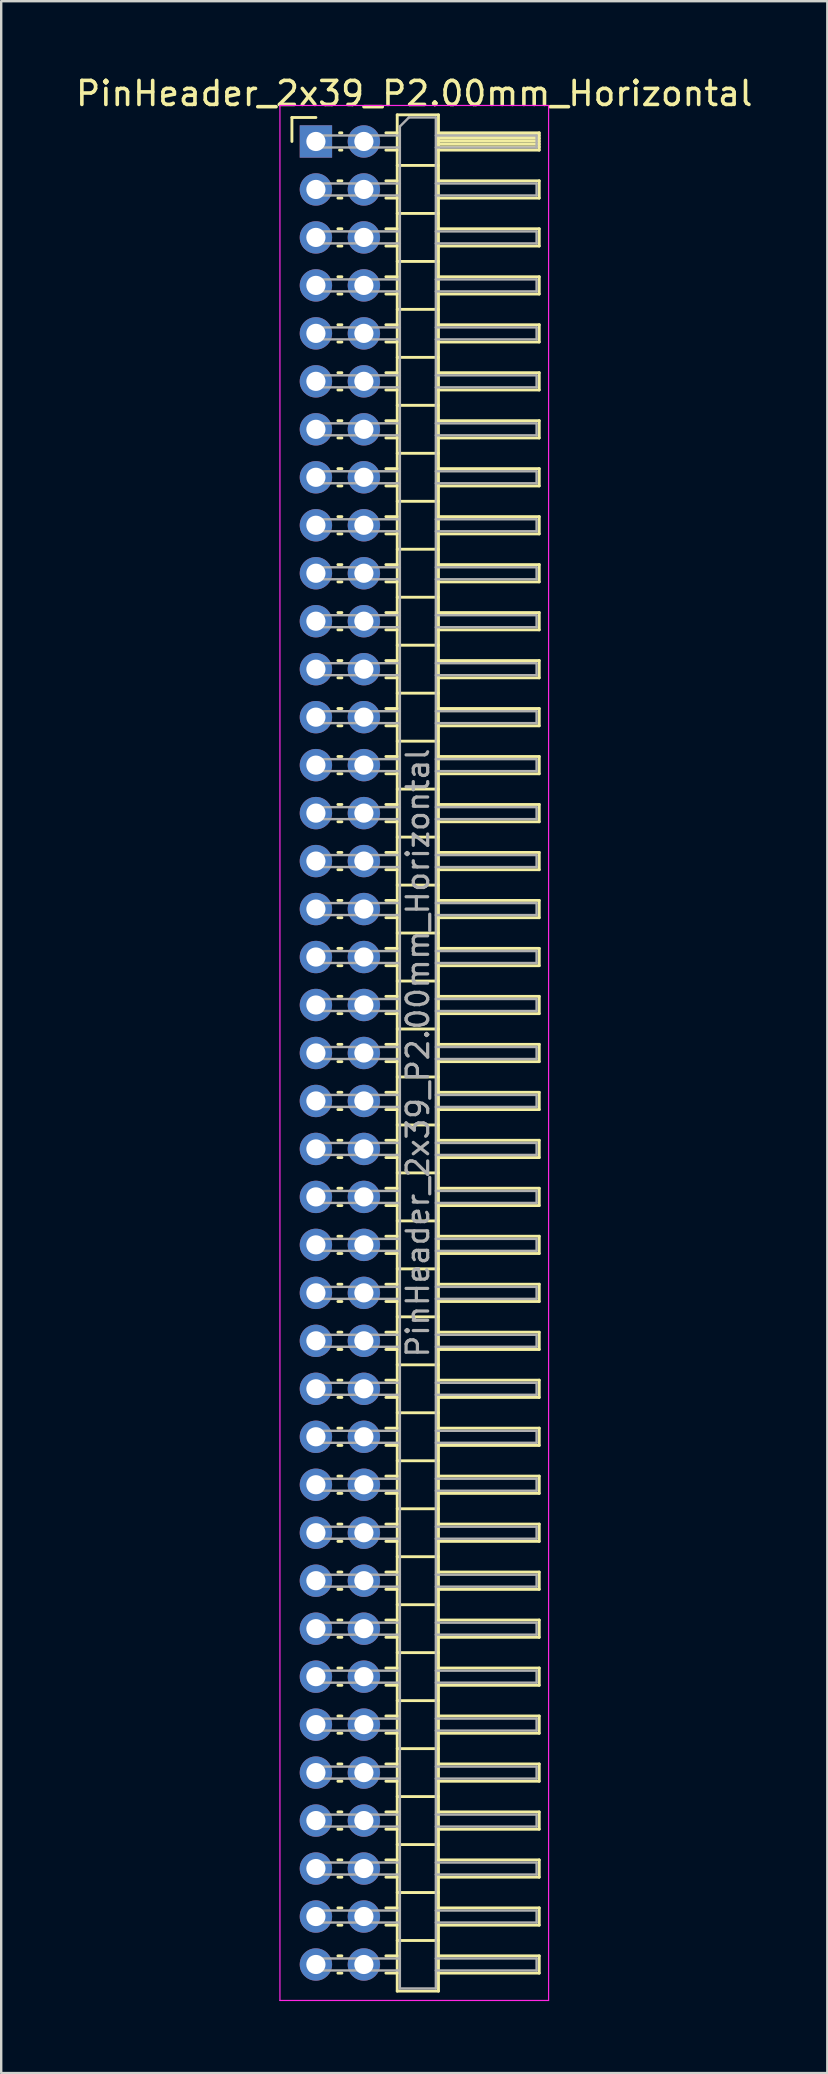
<source format=kicad_pcb>
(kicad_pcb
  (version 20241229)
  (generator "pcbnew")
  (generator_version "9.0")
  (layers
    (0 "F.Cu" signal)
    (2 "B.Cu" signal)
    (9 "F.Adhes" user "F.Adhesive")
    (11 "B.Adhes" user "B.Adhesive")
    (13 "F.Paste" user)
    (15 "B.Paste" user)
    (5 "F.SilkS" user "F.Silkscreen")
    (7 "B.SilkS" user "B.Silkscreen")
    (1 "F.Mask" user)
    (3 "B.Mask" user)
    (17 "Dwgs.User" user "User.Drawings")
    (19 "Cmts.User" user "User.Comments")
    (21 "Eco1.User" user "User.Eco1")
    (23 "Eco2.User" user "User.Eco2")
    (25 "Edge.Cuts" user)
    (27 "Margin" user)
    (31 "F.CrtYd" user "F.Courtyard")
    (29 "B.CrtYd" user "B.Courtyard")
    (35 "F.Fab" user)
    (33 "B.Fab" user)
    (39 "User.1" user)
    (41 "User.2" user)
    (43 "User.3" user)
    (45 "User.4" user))
  (footprint "PinHeader_2x39_P2.00mm_Horizontal"
    (layer "F.Cu")
    (at 10.12 2.848)
    (property "Reference" "PinHeader_2x39_P2.00mm_Horizontal" (at 4.1 -2 0) (layer "F.SilkS") (effects (font (size 1 1) (thickness 0.15))))
    (attr through_hole)
    (fp_line (start -1 -1) (end 0 -1) (stroke (width 0.12) (type solid)) (layer "F.SilkS"))
    (fp_line (start -1 0) (end -1 -1) (stroke (width 0.12) (type solid)) (layer "F.SilkS"))
    (fp_line (start 0.917 1.64) (end 1.083 1.64) (stroke (width 0.12) (type solid)) (layer "F.SilkS"))
    (fp_line (start 0.917 2.36) (end 1.083 2.36) (stroke (width 0.12) (type solid)) (layer "F.SilkS"))
    (fp_line (start 0.917 3.64) (end 1.083 3.64) (stroke (width 0.12) (type solid)) (layer "F.SilkS"))
    (fp_line (start 0.917 4.36) (end 1.083 4.36) (stroke (width 0.12) (type solid)) (layer "F.SilkS"))
    (fp_line (start 0.917 5.64) (end 1.083 5.64) (stroke (width 0.12) (type solid)) (layer "F.SilkS"))
    (fp_line (start 0.917 6.36) (end 1.083 6.36) (stroke (width 0.12) (type solid)) (layer "F.SilkS"))
    (fp_line (start 0.917 7.64) (end 1.083 7.64) (stroke (width 0.12) (type solid)) (layer "F.SilkS"))
    (fp_line (start 0.917 8.36) (end 1.083 8.36) (stroke (width 0.12) (type solid)) (layer "F.SilkS"))
    (fp_line (start 0.917 9.64) (end 1.083 9.64) (stroke (width 0.12) (type solid)) (layer "F.SilkS"))
    (fp_line (start 0.917 10.36) (end 1.083 10.36) (stroke (width 0.12) (type solid)) (layer "F.SilkS"))
    (fp_line (start 0.917 11.64) (end 1.083 11.64) (stroke (width 0.12) (type solid)) (layer "F.SilkS"))
    (fp_line (start 0.917 12.36) (end 1.083 12.36) (stroke (width 0.12) (type solid)) (layer "F.SilkS"))
    (fp_line (start 0.917 13.64) (end 1.083 13.64) (stroke (width 0.12) (type solid)) (layer "F.SilkS"))
    (fp_line (start 0.917 14.36) (end 1.083 14.36) (stroke (width 0.12) (type solid)) (layer "F.SilkS"))
    (fp_line (start 0.917 15.64) (end 1.083 15.64) (stroke (width 0.12) (type solid)) (layer "F.SilkS"))
    (fp_line (start 0.917 16.36) (end 1.083 16.36) (stroke (width 0.12) (type solid)) (layer "F.SilkS"))
    (fp_line (start 0.917 17.64) (end 1.083 17.64) (stroke (width 0.12) (type solid)) (layer "F.SilkS"))
    (fp_line (start 0.917 18.36) (end 1.083 18.36) (stroke (width 0.12) (type solid)) (layer "F.SilkS"))
    (fp_line (start 0.917 19.64) (end 1.083 19.64) (stroke (width 0.12) (type solid)) (layer "F.SilkS"))
    (fp_line (start 0.917 20.36) (end 1.083 20.36) (stroke (width 0.12) (type solid)) (layer "F.SilkS"))
    (fp_line (start 0.917 21.64) (end 1.083 21.64) (stroke (width 0.12) (type solid)) (layer "F.SilkS"))
    (fp_line (start 0.917 22.36) (end 1.083 22.36) (stroke (width 0.12) (type solid)) (layer "F.SilkS"))
    (fp_line (start 0.917 23.64) (end 1.083 23.64) (stroke (width 0.12) (type solid)) (layer "F.SilkS"))
    (fp_line (start 0.917 24.36) (end 1.083 24.36) (stroke (width 0.12) (type solid)) (layer "F.SilkS"))
    (fp_line (start 0.917 25.64) (end 1.083 25.64) (stroke (width 0.12) (type solid)) (layer "F.SilkS"))
    (fp_line (start 0.917 26.36) (end 1.083 26.36) (stroke (width 0.12) (type solid)) (layer "F.SilkS"))
    (fp_line (start 0.917 27.64) (end 1.083 27.64) (stroke (width 0.12) (type solid)) (layer "F.SilkS"))
    (fp_line (start 0.917 28.36) (end 1.083 28.36) (stroke (width 0.12) (type solid)) (layer "F.SilkS"))
    (fp_line (start 0.917 29.64) (end 1.083 29.64) (stroke (width 0.12) (type solid)) (layer "F.SilkS"))
    (fp_line (start 0.917 30.36) (end 1.083 30.36) (stroke (width 0.12) (type solid)) (layer "F.SilkS"))
    (fp_line (start 0.917 31.64) (end 1.083 31.64) (stroke (width 0.12) (type solid)) (layer "F.SilkS"))
    (fp_line (start 0.917 32.36) (end 1.083 32.36) (stroke (width 0.12) (type solid)) (layer "F.SilkS"))
    (fp_line (start 0.917 33.64) (end 1.083 33.64) (stroke (width 0.12) (type solid)) (layer "F.SilkS"))
    (fp_line (start 0.917 34.36) (end 1.083 34.36) (stroke (width 0.12) (type solid)) (layer "F.SilkS"))
    (fp_line (start 0.917 35.64) (end 1.083 35.64) (stroke (width 0.12) (type solid)) (layer "F.SilkS"))
    (fp_line (start 0.917 36.36) (end 1.083 36.36) (stroke (width 0.12) (type solid)) (layer "F.SilkS"))
    (fp_line (start 0.917 37.64) (end 1.083 37.64) (stroke (width 0.12) (type solid)) (layer "F.SilkS"))
    (fp_line (start 0.917 38.36) (end 1.083 38.36) (stroke (width 0.12) (type solid)) (layer "F.SilkS"))
    (fp_line (start 0.917 39.64) (end 1.083 39.64) (stroke (width 0.12) (type solid)) (layer "F.SilkS"))
    (fp_line (start 0.917 40.36) (end 1.083 40.36) (stroke (width 0.12) (type solid)) (layer "F.SilkS"))
    (fp_line (start 0.917 41.64) (end 1.083 41.64) (stroke (width 0.12) (type solid)) (layer "F.SilkS"))
    (fp_line (start 0.917 42.36) (end 1.083 42.36) (stroke (width 0.12) (type solid)) (layer "F.SilkS"))
    (fp_line (start 0.917 43.64) (end 1.083 43.64) (stroke (width 0.12) (type solid)) (layer "F.SilkS"))
    (fp_line (start 0.917 44.36) (end 1.083 44.36) (stroke (width 0.12) (type solid)) (layer "F.SilkS"))
    (fp_line (start 0.917 45.64) (end 1.083 45.64) (stroke (width 0.12) (type solid)) (layer "F.SilkS"))
    (fp_line (start 0.917 46.36) (end 1.083 46.36) (stroke (width 0.12) (type solid)) (layer "F.SilkS"))
    (fp_line (start 0.917 47.64) (end 1.083 47.64) (stroke (width 0.12) (type solid)) (layer "F.SilkS"))
    (fp_line (start 0.917 48.36) (end 1.083 48.36) (stroke (width 0.12) (type solid)) (layer "F.SilkS"))
    (fp_line (start 0.917 49.64) (end 1.083 49.64) (stroke (width 0.12) (type solid)) (layer "F.SilkS"))
    (fp_line (start 0.917 50.36) (end 1.083 50.36) (stroke (width 0.12) (type solid)) (layer "F.SilkS"))
    (fp_line (start 0.917 51.64) (end 1.083 51.64) (stroke (width 0.12) (type solid)) (layer "F.SilkS"))
    (fp_line (start 0.917 52.36) (end 1.083 52.36) (stroke (width 0.12) (type solid)) (layer "F.SilkS"))
    (fp_line (start 0.917 53.64) (end 1.083 53.64) (stroke (width 0.12) (type solid)) (layer "F.SilkS"))
    (fp_line (start 0.917 54.36) (end 1.083 54.36) (stroke (width 0.12) (type solid)) (layer "F.SilkS"))
    (fp_line (start 0.917 55.64) (end 1.083 55.64) (stroke (width 0.12) (type solid)) (layer "F.SilkS"))
    (fp_line (start 0.917 56.36) (end 1.083 56.36) (stroke (width 0.12) (type solid)) (layer "F.SilkS"))
    (fp_line (start 0.917 57.64) (end 1.083 57.64) (stroke (width 0.12) (type solid)) (layer "F.SilkS"))
    (fp_line (start 0.917 58.36) (end 1.083 58.36) (stroke (width 0.12) (type solid)) (layer "F.SilkS"))
    (fp_line (start 0.917 59.64) (end 1.083 59.64) (stroke (width 0.12) (type solid)) (layer "F.SilkS"))
    (fp_line (start 0.917 60.36) (end 1.083 60.36) (stroke (width 0.12) (type solid)) (layer "F.SilkS"))
    (fp_line (start 0.917 61.64) (end 1.083 61.64) (stroke (width 0.12) (type solid)) (layer "F.SilkS"))
    (fp_line (start 0.917 62.36) (end 1.083 62.36) (stroke (width 0.12) (type solid)) (layer "F.SilkS"))
    (fp_line (start 0.917 63.64) (end 1.083 63.64) (stroke (width 0.12) (type solid)) (layer "F.SilkS"))
    (fp_line (start 0.917 64.36) (end 1.083 64.36) (stroke (width 0.12) (type solid)) (layer "F.SilkS"))
    (fp_line (start 0.917 65.64) (end 1.083 65.64) (stroke (width 0.12) (type solid)) (layer "F.SilkS"))
    (fp_line (start 0.917 66.36) (end 1.083 66.36) (stroke (width 0.12) (type solid)) (layer "F.SilkS"))
    (fp_line (start 0.917 67.64) (end 1.083 67.64) (stroke (width 0.12) (type solid)) (layer "F.SilkS"))
    (fp_line (start 0.917 68.36) (end 1.083 68.36) (stroke (width 0.12) (type solid)) (layer "F.SilkS"))
    (fp_line (start 0.917 69.64) (end 1.083 69.64) (stroke (width 0.12) (type solid)) (layer "F.SilkS"))
    (fp_line (start 0.917 70.36) (end 1.083 70.36) (stroke (width 0.12) (type solid)) (layer "F.SilkS"))
    (fp_line (start 0.917 71.64) (end 1.083 71.64) (stroke (width 0.12) (type solid)) (layer "F.SilkS"))
    (fp_line (start 0.917 72.36) (end 1.083 72.36) (stroke (width 0.12) (type solid)) (layer "F.SilkS"))
    (fp_line (start 0.917 73.64) (end 1.083 73.64) (stroke (width 0.12) (type solid)) (layer "F.SilkS"))
    (fp_line (start 0.917 74.36) (end 1.083 74.36) (stroke (width 0.12) (type solid)) (layer "F.SilkS"))
    (fp_line (start 0.917 75.64) (end 1.083 75.64) (stroke (width 0.12) (type solid)) (layer "F.SilkS"))
    (fp_line (start 0.917 76.36) (end 1.083 76.36) (stroke (width 0.12) (type solid)) (layer "F.SilkS"))
    (fp_line (start 0.985 -0.36) (end 1.083 -0.36) (stroke (width 0.12) (type solid)) (layer "F.SilkS"))
    (fp_line (start 0.985 0.36) (end 1.083 0.36) (stroke (width 0.12) (type solid)) (layer "F.SilkS"))
    (fp_line (start 2.917 -0.36) (end 3.39 -0.36) (stroke (width 0.12) (type solid)) (layer "F.SilkS"))
    (fp_line (start 2.917 0.36) (end 3.39 0.36) (stroke (width 0.12) (type solid)) (layer "F.SilkS"))
    (fp_line (start 2.917 1.64) (end 3.39 1.64) (stroke (width 0.12) (type solid)) (layer "F.SilkS"))
    (fp_line (start 2.917 2.36) (end 3.39 2.36) (stroke (width 0.12) (type solid)) (layer "F.SilkS"))
    (fp_line (start 2.917 3.64) (end 3.39 3.64) (stroke (width 0.12) (type solid)) (layer "F.SilkS"))
    (fp_line (start 2.917 4.36) (end 3.39 4.36) (stroke (width 0.12) (type solid)) (layer "F.SilkS"))
    (fp_line (start 2.917 5.64) (end 3.39 5.64) (stroke (width 0.12) (type solid)) (layer "F.SilkS"))
    (fp_line (start 2.917 6.36) (end 3.39 6.36) (stroke (width 0.12) (type solid)) (layer "F.SilkS"))
    (fp_line (start 2.917 7.64) (end 3.39 7.64) (stroke (width 0.12) (type solid)) (layer "F.SilkS"))
    (fp_line (start 2.917 8.36) (end 3.39 8.36) (stroke (width 0.12) (type solid)) (layer "F.SilkS"))
    (fp_line (start 2.917 9.64) (end 3.39 9.64) (stroke (width 0.12) (type solid)) (layer "F.SilkS"))
    (fp_line (start 2.917 10.36) (end 3.39 10.36) (stroke (width 0.12) (type solid)) (layer "F.SilkS"))
    (fp_line (start 2.917 11.64) (end 3.39 11.64) (stroke (width 0.12) (type solid)) (layer "F.SilkS"))
    (fp_line (start 2.917 12.36) (end 3.39 12.36) (stroke (width 0.12) (type solid)) (layer "F.SilkS"))
    (fp_line (start 2.917 13.64) (end 3.39 13.64) (stroke (width 0.12) (type solid)) (layer "F.SilkS"))
    (fp_line (start 2.917 14.36) (end 3.39 14.36) (stroke (width 0.12) (type solid)) (layer "F.SilkS"))
    (fp_line (start 2.917 15.64) (end 3.39 15.64) (stroke (width 0.12) (type solid)) (layer "F.SilkS"))
    (fp_line (start 2.917 16.36) (end 3.39 16.36) (stroke (width 0.12) (type solid)) (layer "F.SilkS"))
    (fp_line (start 2.917 17.64) (end 3.39 17.64) (stroke (width 0.12) (type solid)) (layer "F.SilkS"))
    (fp_line (start 2.917 18.36) (end 3.39 18.36) (stroke (width 0.12) (type solid)) (layer "F.SilkS"))
    (fp_line (start 2.917 19.64) (end 3.39 19.64) (stroke (width 0.12) (type solid)) (layer "F.SilkS"))
    (fp_line (start 2.917 20.36) (end 3.39 20.36) (stroke (width 0.12) (type solid)) (layer "F.SilkS"))
    (fp_line (start 2.917 21.64) (end 3.39 21.64) (stroke (width 0.12) (type solid)) (layer "F.SilkS"))
    (fp_line (start 2.917 22.36) (end 3.39 22.36) (stroke (width 0.12) (type solid)) (layer "F.SilkS"))
    (fp_line (start 2.917 23.64) (end 3.39 23.64) (stroke (width 0.12) (type solid)) (layer "F.SilkS"))
    (fp_line (start 2.917 24.36) (end 3.39 24.36) (stroke (width 0.12) (type solid)) (layer "F.SilkS"))
    (fp_line (start 2.917 25.64) (end 3.39 25.64) (stroke (width 0.12) (type solid)) (layer "F.SilkS"))
    (fp_line (start 2.917 26.36) (end 3.39 26.36) (stroke (width 0.12) (type solid)) (layer "F.SilkS"))
    (fp_line (start 2.917 27.64) (end 3.39 27.64) (stroke (width 0.12) (type solid)) (layer "F.SilkS"))
    (fp_line (start 2.917 28.36) (end 3.39 28.36) (stroke (width 0.12) (type solid)) (layer "F.SilkS"))
    (fp_line (start 2.917 29.64) (end 3.39 29.64) (stroke (width 0.12) (type solid)) (layer "F.SilkS"))
    (fp_line (start 2.917 30.36) (end 3.39 30.36) (stroke (width 0.12) (type solid)) (layer "F.SilkS"))
    (fp_line (start 2.917 31.64) (end 3.39 31.64) (stroke (width 0.12) (type solid)) (layer "F.SilkS"))
    (fp_line (start 2.917 32.36) (end 3.39 32.36) (stroke (width 0.12) (type solid)) (layer "F.SilkS"))
    (fp_line (start 2.917 33.64) (end 3.39 33.64) (stroke (width 0.12) (type solid)) (layer "F.SilkS"))
    (fp_line (start 2.917 34.36) (end 3.39 34.36) (stroke (width 0.12) (type solid)) (layer "F.SilkS"))
    (fp_line (start 2.917 35.64) (end 3.39 35.64) (stroke (width 0.12) (type solid)) (layer "F.SilkS"))
    (fp_line (start 2.917 36.36) (end 3.39 36.36) (stroke (width 0.12) (type solid)) (layer "F.SilkS"))
    (fp_line (start 2.917 37.64) (end 3.39 37.64) (stroke (width 0.12) (type solid)) (layer "F.SilkS"))
    (fp_line (start 2.917 38.36) (end 3.39 38.36) (stroke (width 0.12) (type solid)) (layer "F.SilkS"))
    (fp_line (start 2.917 39.64) (end 3.39 39.64) (stroke (width 0.12) (type solid)) (layer "F.SilkS"))
    (fp_line (start 2.917 40.36) (end 3.39 40.36) (stroke (width 0.12) (type solid)) (layer "F.SilkS"))
    (fp_line (start 2.917 41.64) (end 3.39 41.64) (stroke (width 0.12) (type solid)) (layer "F.SilkS"))
    (fp_line (start 2.917 42.36) (end 3.39 42.36) (stroke (width 0.12) (type solid)) (layer "F.SilkS"))
    (fp_line (start 2.917 43.64) (end 3.39 43.64) (stroke (width 0.12) (type solid)) (layer "F.SilkS"))
    (fp_line (start 2.917 44.36) (end 3.39 44.36) (stroke (width 0.12) (type solid)) (layer "F.SilkS"))
    (fp_line (start 2.917 45.64) (end 3.39 45.64) (stroke (width 0.12) (type solid)) (layer "F.SilkS"))
    (fp_line (start 2.917 46.36) (end 3.39 46.36) (stroke (width 0.12) (type solid)) (layer "F.SilkS"))
    (fp_line (start 2.917 47.64) (end 3.39 47.64) (stroke (width 0.12) (type solid)) (layer "F.SilkS"))
    (fp_line (start 2.917 48.36) (end 3.39 48.36) (stroke (width 0.12) (type solid)) (layer "F.SilkS"))
    (fp_line (start 2.917 49.64) (end 3.39 49.64) (stroke (width 0.12) (type solid)) (layer "F.SilkS"))
    (fp_line (start 2.917 50.36) (end 3.39 50.36) (stroke (width 0.12) (type solid)) (layer "F.SilkS"))
    (fp_line (start 2.917 51.64) (end 3.39 51.64) (stroke (width 0.12) (type solid)) (layer "F.SilkS"))
    (fp_line (start 2.917 52.36) (end 3.39 52.36) (stroke (width 0.12) (type solid)) (layer "F.SilkS"))
    (fp_line (start 2.917 53.64) (end 3.39 53.64) (stroke (width 0.12) (type solid)) (layer "F.SilkS"))
    (fp_line (start 2.917 54.36) (end 3.39 54.36) (stroke (width 0.12) (type solid)) (layer "F.SilkS"))
    (fp_line (start 2.917 55.64) (end 3.39 55.64) (stroke (width 0.12) (type solid)) (layer "F.SilkS"))
    (fp_line (start 2.917 56.36) (end 3.39 56.36) (stroke (width 0.12) (type solid)) (layer "F.SilkS"))
    (fp_line (start 2.917 57.64) (end 3.39 57.64) (stroke (width 0.12) (type solid)) (layer "F.SilkS"))
    (fp_line (start 2.917 58.36) (end 3.39 58.36) (stroke (width 0.12) (type solid)) (layer "F.SilkS"))
    (fp_line (start 2.917 59.64) (end 3.39 59.64) (stroke (width 0.12) (type solid)) (layer "F.SilkS"))
    (fp_line (start 2.917 60.36) (end 3.39 60.36) (stroke (width 0.12) (type solid)) (layer "F.SilkS"))
    (fp_line (start 2.917 61.64) (end 3.39 61.64) (stroke (width 0.12) (type solid)) (layer "F.SilkS"))
    (fp_line (start 2.917 62.36) (end 3.39 62.36) (stroke (width 0.12) (type solid)) (layer "F.SilkS"))
    (fp_line (start 2.917 63.64) (end 3.39 63.64) (stroke (width 0.12) (type solid)) (layer "F.SilkS"))
    (fp_line (start 2.917 64.36) (end 3.39 64.36) (stroke (width 0.12) (type solid)) (layer "F.SilkS"))
    (fp_line (start 2.917 65.64) (end 3.39 65.64) (stroke (width 0.12) (type solid)) (layer "F.SilkS"))
    (fp_line (start 2.917 66.36) (end 3.39 66.36) (stroke (width 0.12) (type solid)) (layer "F.SilkS"))
    (fp_line (start 2.917 67.64) (end 3.39 67.64) (stroke (width 0.12) (type solid)) (layer "F.SilkS"))
    (fp_line (start 2.917 68.36) (end 3.39 68.36) (stroke (width 0.12) (type solid)) (layer "F.SilkS"))
    (fp_line (start 2.917 69.64) (end 3.39 69.64) (stroke (width 0.12) (type solid)) (layer "F.SilkS"))
    (fp_line (start 2.917 70.36) (end 3.39 70.36) (stroke (width 0.12) (type solid)) (layer "F.SilkS"))
    (fp_line (start 2.917 71.64) (end 3.39 71.64) (stroke (width 0.12) (type solid)) (layer "F.SilkS"))
    (fp_line (start 2.917 72.36) (end 3.39 72.36) (stroke (width 0.12) (type solid)) (layer "F.SilkS"))
    (fp_line (start 2.917 73.64) (end 3.39 73.64) (stroke (width 0.12) (type solid)) (layer "F.SilkS"))
    (fp_line (start 2.917 74.36) (end 3.39 74.36) (stroke (width 0.12) (type solid)) (layer "F.SilkS"))
    (fp_line (start 2.917 75.64) (end 3.39 75.64) (stroke (width 0.12) (type solid)) (layer "F.SilkS"))
    (fp_line (start 2.917 76.36) (end 3.39 76.36) (stroke (width 0.12) (type solid)) (layer "F.SilkS"))
    (fp_line (start 3.39 -1.11) (end 3.39 77.11) (stroke (width 0.12) (type solid)) (layer "F.SilkS"))
    (fp_line (start 3.39 1) (end 5.11 1) (stroke (width 0.12) (type solid)) (layer "F.SilkS"))
    (fp_line (start 3.39 3) (end 5.11 3) (stroke (width 0.12) (type solid)) (layer "F.SilkS"))
    (fp_line (start 3.39 5) (end 5.11 5) (stroke (width 0.12) (type solid)) (layer "F.SilkS"))
    (fp_line (start 3.39 7) (end 5.11 7) (stroke (width 0.12) (type solid)) (layer "F.SilkS"))
    (fp_line (start 3.39 9) (end 5.11 9) (stroke (width 0.12) (type solid)) (layer "F.SilkS"))
    (fp_line (start 3.39 11) (end 5.11 11) (stroke (width 0.12) (type solid)) (layer "F.SilkS"))
    (fp_line (start 3.39 13) (end 5.11 13) (stroke (width 0.12) (type solid)) (layer "F.SilkS"))
    (fp_line (start 3.39 15) (end 5.11 15) (stroke (width 0.12) (type solid)) (layer "F.SilkS"))
    (fp_line (start 3.39 17) (end 5.11 17) (stroke (width 0.12) (type solid)) (layer "F.SilkS"))
    (fp_line (start 3.39 19) (end 5.11 19) (stroke (width 0.12) (type solid)) (layer "F.SilkS"))
    (fp_line (start 3.39 21) (end 5.11 21) (stroke (width 0.12) (type solid)) (layer "F.SilkS"))
    (fp_line (start 3.39 23) (end 5.11 23) (stroke (width 0.12) (type solid)) (layer "F.SilkS"))
    (fp_line (start 3.39 25) (end 5.11 25) (stroke (width 0.12) (type solid)) (layer "F.SilkS"))
    (fp_line (start 3.39 27) (end 5.11 27) (stroke (width 0.12) (type solid)) (layer "F.SilkS"))
    (fp_line (start 3.39 29) (end 5.11 29) (stroke (width 0.12) (type solid)) (layer "F.SilkS"))
    (fp_line (start 3.39 31) (end 5.11 31) (stroke (width 0.12) (type solid)) (layer "F.SilkS"))
    (fp_line (start 3.39 33) (end 5.11 33) (stroke (width 0.12) (type solid)) (layer "F.SilkS"))
    (fp_line (start 3.39 35) (end 5.11 35) (stroke (width 0.12) (type solid)) (layer "F.SilkS"))
    (fp_line (start 3.39 37) (end 5.11 37) (stroke (width 0.12) (type solid)) (layer "F.SilkS"))
    (fp_line (start 3.39 39) (end 5.11 39) (stroke (width 0.12) (type solid)) (layer "F.SilkS"))
    (fp_line (start 3.39 41) (end 5.11 41) (stroke (width 0.12) (type solid)) (layer "F.SilkS"))
    (fp_line (start 3.39 43) (end 5.11 43) (stroke (width 0.12) (type solid)) (layer "F.SilkS"))
    (fp_line (start 3.39 45) (end 5.11 45) (stroke (width 0.12) (type solid)) (layer "F.SilkS"))
    (fp_line (start 3.39 47) (end 5.11 47) (stroke (width 0.12) (type solid)) (layer "F.SilkS"))
    (fp_line (start 3.39 49) (end 5.11 49) (stroke (width 0.12) (type solid)) (layer "F.SilkS"))
    (fp_line (start 3.39 51) (end 5.11 51) (stroke (width 0.12) (type solid)) (layer "F.SilkS"))
    (fp_line (start 3.39 53) (end 5.11 53) (stroke (width 0.12) (type solid)) (layer "F.SilkS"))
    (fp_line (start 3.39 55) (end 5.11 55) (stroke (width 0.12) (type solid)) (layer "F.SilkS"))
    (fp_line (start 3.39 57) (end 5.11 57) (stroke (width 0.12) (type solid)) (layer "F.SilkS"))
    (fp_line (start 3.39 59) (end 5.11 59) (stroke (width 0.12) (type solid)) (layer "F.SilkS"))
    (fp_line (start 3.39 61) (end 5.11 61) (stroke (width 0.12) (type solid)) (layer "F.SilkS"))
    (fp_line (start 3.39 63) (end 5.11 63) (stroke (width 0.12) (type solid)) (layer "F.SilkS"))
    (fp_line (start 3.39 65) (end 5.11 65) (stroke (width 0.12) (type solid)) (layer "F.SilkS"))
    (fp_line (start 3.39 67) (end 5.11 67) (stroke (width 0.12) (type solid)) (layer "F.SilkS"))
    (fp_line (start 3.39 69) (end 5.11 69) (stroke (width 0.12) (type solid)) (layer "F.SilkS"))
    (fp_line (start 3.39 71) (end 5.11 71) (stroke (width 0.12) (type solid)) (layer "F.SilkS"))
    (fp_line (start 3.39 73) (end 5.11 73) (stroke (width 0.12) (type solid)) (layer "F.SilkS"))
    (fp_line (start 3.39 75) (end 5.11 75) (stroke (width 0.12) (type solid)) (layer "F.SilkS"))
    (fp_line (start 3.39 77.11) (end 5.11 77.11) (stroke (width 0.12) (type solid)) (layer "F.SilkS"))
    (fp_line (start 5.11 -1.11) (end 3.39 -1.11) (stroke (width 0.12) (type solid)) (layer "F.SilkS"))
    (fp_line (start 5.11 -0.36) (end 9.31 -0.36) (stroke (width 0.12) (type solid)) (layer "F.SilkS"))
    (fp_line (start 5.11 -0.25) (end 9.31 -0.25) (stroke (width 0.12) (type solid)) (layer "F.SilkS"))
    (fp_line (start 5.11 -0.13) (end 9.31 -0.13) (stroke (width 0.12) (type solid)) (layer "F.SilkS"))
    (fp_line (start 5.11 -0.01) (end 9.31 -0.01) (stroke (width 0.12) (type solid)) (layer "F.SilkS"))
    (fp_line (start 5.11 0.11) (end 9.31 0.11) (stroke (width 0.12) (type solid)) (layer "F.SilkS"))
    (fp_line (start 5.11 0.23) (end 9.31 0.23) (stroke (width 0.12) (type solid)) (layer "F.SilkS"))
    (fp_line (start 5.11 1.64) (end 9.31 1.64) (stroke (width 0.12) (type solid)) (layer "F.SilkS"))
    (fp_line (start 5.11 3.64) (end 9.31 3.64) (stroke (width 0.12) (type solid)) (layer "F.SilkS"))
    (fp_line (start 5.11 5.64) (end 9.31 5.64) (stroke (width 0.12) (type solid)) (layer "F.SilkS"))
    (fp_line (start 5.11 7.64) (end 9.31 7.64) (stroke (width 0.12) (type solid)) (layer "F.SilkS"))
    (fp_line (start 5.11 9.64) (end 9.31 9.64) (stroke (width 0.12) (type solid)) (layer "F.SilkS"))
    (fp_line (start 5.11 11.64) (end 9.31 11.64) (stroke (width 0.12) (type solid)) (layer "F.SilkS"))
    (fp_line (start 5.11 13.64) (end 9.31 13.64) (stroke (width 0.12) (type solid)) (layer "F.SilkS"))
    (fp_line (start 5.11 15.64) (end 9.31 15.64) (stroke (width 0.12) (type solid)) (layer "F.SilkS"))
    (fp_line (start 5.11 17.64) (end 9.31 17.64) (stroke (width 0.12) (type solid)) (layer "F.SilkS"))
    (fp_line (start 5.11 19.64) (end 9.31 19.64) (stroke (width 0.12) (type solid)) (layer "F.SilkS"))
    (fp_line (start 5.11 21.64) (end 9.31 21.64) (stroke (width 0.12) (type solid)) (layer "F.SilkS"))
    (fp_line (start 5.11 23.64) (end 9.31 23.64) (stroke (width 0.12) (type solid)) (layer "F.SilkS"))
    (fp_line (start 5.11 25.64) (end 9.31 25.64) (stroke (width 0.12) (type solid)) (layer "F.SilkS"))
    (fp_line (start 5.11 27.64) (end 9.31 27.64) (stroke (width 0.12) (type solid)) (layer "F.SilkS"))
    (fp_line (start 5.11 29.64) (end 9.31 29.64) (stroke (width 0.12) (type solid)) (layer "F.SilkS"))
    (fp_line (start 5.11 31.64) (end 9.31 31.64) (stroke (width 0.12) (type solid)) (layer "F.SilkS"))
    (fp_line (start 5.11 33.64) (end 9.31 33.64) (stroke (width 0.12) (type solid)) (layer "F.SilkS"))
    (fp_line (start 5.11 35.64) (end 9.31 35.64) (stroke (width 0.12) (type solid)) (layer "F.SilkS"))
    (fp_line (start 5.11 37.64) (end 9.31 37.64) (stroke (width 0.12) (type solid)) (layer "F.SilkS"))
    (fp_line (start 5.11 39.64) (end 9.31 39.64) (stroke (width 0.12) (type solid)) (layer "F.SilkS"))
    (fp_line (start 5.11 41.64) (end 9.31 41.64) (stroke (width 0.12) (type solid)) (layer "F.SilkS"))
    (fp_line (start 5.11 43.64) (end 9.31 43.64) (stroke (width 0.12) (type solid)) (layer "F.SilkS"))
    (fp_line (start 5.11 45.64) (end 9.31 45.64) (stroke (width 0.12) (type solid)) (layer "F.SilkS"))
    (fp_line (start 5.11 47.64) (end 9.31 47.64) (stroke (width 0.12) (type solid)) (layer "F.SilkS"))
    (fp_line (start 5.11 49.64) (end 9.31 49.64) (stroke (width 0.12) (type solid)) (layer "F.SilkS"))
    (fp_line (start 5.11 51.64) (end 9.31 51.64) (stroke (width 0.12) (type solid)) (layer "F.SilkS"))
    (fp_line (start 5.11 53.64) (end 9.31 53.64) (stroke (width 0.12) (type solid)) (layer "F.SilkS"))
    (fp_line (start 5.11 55.64) (end 9.31 55.64) (stroke (width 0.12) (type solid)) (layer "F.SilkS"))
    (fp_line (start 5.11 57.64) (end 9.31 57.64) (stroke (width 0.12) (type solid)) (layer "F.SilkS"))
    (fp_line (start 5.11 59.64) (end 9.31 59.64) (stroke (width 0.12) (type solid)) (layer "F.SilkS"))
    (fp_line (start 5.11 61.64) (end 9.31 61.64) (stroke (width 0.12) (type solid)) (layer "F.SilkS"))
    (fp_line (start 5.11 63.64) (end 9.31 63.64) (stroke (width 0.12) (type solid)) (layer "F.SilkS"))
    (fp_line (start 5.11 65.64) (end 9.31 65.64) (stroke (width 0.12) (type solid)) (layer "F.SilkS"))
    (fp_line (start 5.11 67.64) (end 9.31 67.64) (stroke (width 0.12) (type solid)) (layer "F.SilkS"))
    (fp_line (start 5.11 69.64) (end 9.31 69.64) (stroke (width 0.12) (type solid)) (layer "F.SilkS"))
    (fp_line (start 5.11 71.64) (end 9.31 71.64) (stroke (width 0.12) (type solid)) (layer "F.SilkS"))
    (fp_line (start 5.11 73.64) (end 9.31 73.64) (stroke (width 0.12) (type solid)) (layer "F.SilkS"))
    (fp_line (start 5.11 75.64) (end 9.31 75.64) (stroke (width 0.12) (type solid)) (layer "F.SilkS"))
    (fp_line (start 5.11 77.11) (end 5.11 -1.11) (stroke (width 0.12) (type solid)) (layer "F.SilkS"))
    (fp_line (start 9.31 -0.36) (end 9.31 0.36) (stroke (width 0.12) (type solid)) (layer "F.SilkS"))
    (fp_line (start 9.31 0.36) (end 5.11 0.36) (stroke (width 0.12) (type solid)) (layer "F.SilkS"))
    (fp_line (start 9.31 1.64) (end 9.31 2.36) (stroke (width 0.12) (type solid)) (layer "F.SilkS"))
    (fp_line (start 9.31 2.36) (end 5.11 2.36) (stroke (width 0.12) (type solid)) (layer "F.SilkS"))
    (fp_line (start 9.31 3.64) (end 9.31 4.36) (stroke (width 0.12) (type solid)) (layer "F.SilkS"))
    (fp_line (start 9.31 4.36) (end 5.11 4.36) (stroke (width 0.12) (type solid)) (layer "F.SilkS"))
    (fp_line (start 9.31 5.64) (end 9.31 6.36) (stroke (width 0.12) (type solid)) (layer "F.SilkS"))
    (fp_line (start 9.31 6.36) (end 5.11 6.36) (stroke (width 0.12) (type solid)) (layer "F.SilkS"))
    (fp_line (start 9.31 7.64) (end 9.31 8.36) (stroke (width 0.12) (type solid)) (layer "F.SilkS"))
    (fp_line (start 9.31 8.36) (end 5.11 8.36) (stroke (width 0.12) (type solid)) (layer "F.SilkS"))
    (fp_line (start 9.31 9.64) (end 9.31 10.36) (stroke (width 0.12) (type solid)) (layer "F.SilkS"))
    (fp_line (start 9.31 10.36) (end 5.11 10.36) (stroke (width 0.12) (type solid)) (layer "F.SilkS"))
    (fp_line (start 9.31 11.64) (end 9.31 12.36) (stroke (width 0.12) (type solid)) (layer "F.SilkS"))
    (fp_line (start 9.31 12.36) (end 5.11 12.36) (stroke (width 0.12) (type solid)) (layer "F.SilkS"))
    (fp_line (start 9.31 13.64) (end 9.31 14.36) (stroke (width 0.12) (type solid)) (layer "F.SilkS"))
    (fp_line (start 9.31 14.36) (end 5.11 14.36) (stroke (width 0.12) (type solid)) (layer "F.SilkS"))
    (fp_line (start 9.31 15.64) (end 9.31 16.36) (stroke (width 0.12) (type solid)) (layer "F.SilkS"))
    (fp_line (start 9.31 16.36) (end 5.11 16.36) (stroke (width 0.12) (type solid)) (layer "F.SilkS"))
    (fp_line (start 9.31 17.64) (end 9.31 18.36) (stroke (width 0.12) (type solid)) (layer "F.SilkS"))
    (fp_line (start 9.31 18.36) (end 5.11 18.36) (stroke (width 0.12) (type solid)) (layer "F.SilkS"))
    (fp_line (start 9.31 19.64) (end 9.31 20.36) (stroke (width 0.12) (type solid)) (layer "F.SilkS"))
    (fp_line (start 9.31 20.36) (end 5.11 20.36) (stroke (width 0.12) (type solid)) (layer "F.SilkS"))
    (fp_line (start 9.31 21.64) (end 9.31 22.36) (stroke (width 0.12) (type solid)) (layer "F.SilkS"))
    (fp_line (start 9.31 22.36) (end 5.11 22.36) (stroke (width 0.12) (type solid)) (layer "F.SilkS"))
    (fp_line (start 9.31 23.64) (end 9.31 24.36) (stroke (width 0.12) (type solid)) (layer "F.SilkS"))
    (fp_line (start 9.31 24.36) (end 5.11 24.36) (stroke (width 0.12) (type solid)) (layer "F.SilkS"))
    (fp_line (start 9.31 25.64) (end 9.31 26.36) (stroke (width 0.12) (type solid)) (layer "F.SilkS"))
    (fp_line (start 9.31 26.36) (end 5.11 26.36) (stroke (width 0.12) (type solid)) (layer "F.SilkS"))
    (fp_line (start 9.31 27.64) (end 9.31 28.36) (stroke (width 0.12) (type solid)) (layer "F.SilkS"))
    (fp_line (start 9.31 28.36) (end 5.11 28.36) (stroke (width 0.12) (type solid)) (layer "F.SilkS"))
    (fp_line (start 9.31 29.64) (end 9.31 30.36) (stroke (width 0.12) (type solid)) (layer "F.SilkS"))
    (fp_line (start 9.31 30.36) (end 5.11 30.36) (stroke (width 0.12) (type solid)) (layer "F.SilkS"))
    (fp_line (start 9.31 31.64) (end 9.31 32.36) (stroke (width 0.12) (type solid)) (layer "F.SilkS"))
    (fp_line (start 9.31 32.36) (end 5.11 32.36) (stroke (width 0.12) (type solid)) (layer "F.SilkS"))
    (fp_line (start 9.31 33.64) (end 9.31 34.36) (stroke (width 0.12) (type solid)) (layer "F.SilkS"))
    (fp_line (start 9.31 34.36) (end 5.11 34.36) (stroke (width 0.12) (type solid)) (layer "F.SilkS"))
    (fp_line (start 9.31 35.64) (end 9.31 36.36) (stroke (width 0.12) (type solid)) (layer "F.SilkS"))
    (fp_line (start 9.31 36.36) (end 5.11 36.36) (stroke (width 0.12) (type solid)) (layer "F.SilkS"))
    (fp_line (start 9.31 37.64) (end 9.31 38.36) (stroke (width 0.12) (type solid)) (layer "F.SilkS"))
    (fp_line (start 9.31 38.36) (end 5.11 38.36) (stroke (width 0.12) (type solid)) (layer "F.SilkS"))
    (fp_line (start 9.31 39.64) (end 9.31 40.36) (stroke (width 0.12) (type solid)) (layer "F.SilkS"))
    (fp_line (start 9.31 40.36) (end 5.11 40.36) (stroke (width 0.12) (type solid)) (layer "F.SilkS"))
    (fp_line (start 9.31 41.64) (end 9.31 42.36) (stroke (width 0.12) (type solid)) (layer "F.SilkS"))
    (fp_line (start 9.31 42.36) (end 5.11 42.36) (stroke (width 0.12) (type solid)) (layer "F.SilkS"))
    (fp_line (start 9.31 43.64) (end 9.31 44.36) (stroke (width 0.12) (type solid)) (layer "F.SilkS"))
    (fp_line (start 9.31 44.36) (end 5.11 44.36) (stroke (width 0.12) (type solid)) (layer "F.SilkS"))
    (fp_line (start 9.31 45.64) (end 9.31 46.36) (stroke (width 0.12) (type solid)) (layer "F.SilkS"))
    (fp_line (start 9.31 46.36) (end 5.11 46.36) (stroke (width 0.12) (type solid)) (layer "F.SilkS"))
    (fp_line (start 9.31 47.64) (end 9.31 48.36) (stroke (width 0.12) (type solid)) (layer "F.SilkS"))
    (fp_line (start 9.31 48.36) (end 5.11 48.36) (stroke (width 0.12) (type solid)) (layer "F.SilkS"))
    (fp_line (start 9.31 49.64) (end 9.31 50.36) (stroke (width 0.12) (type solid)) (layer "F.SilkS"))
    (fp_line (start 9.31 50.36) (end 5.11 50.36) (stroke (width 0.12) (type solid)) (layer "F.SilkS"))
    (fp_line (start 9.31 51.64) (end 9.31 52.36) (stroke (width 0.12) (type solid)) (layer "F.SilkS"))
    (fp_line (start 9.31 52.36) (end 5.11 52.36) (stroke (width 0.12) (type solid)) (layer "F.SilkS"))
    (fp_line (start 9.31 53.64) (end 9.31 54.36) (stroke (width 0.12) (type solid)) (layer "F.SilkS"))
    (fp_line (start 9.31 54.36) (end 5.11 54.36) (stroke (width 0.12) (type solid)) (layer "F.SilkS"))
    (fp_line (start 9.31 55.64) (end 9.31 56.36) (stroke (width 0.12) (type solid)) (layer "F.SilkS"))
    (fp_line (start 9.31 56.36) (end 5.11 56.36) (stroke (width 0.12) (type solid)) (layer "F.SilkS"))
    (fp_line (start 9.31 57.64) (end 9.31 58.36) (stroke (width 0.12) (type solid)) (layer "F.SilkS"))
    (fp_line (start 9.31 58.36) (end 5.11 58.36) (stroke (width 0.12) (type solid)) (layer "F.SilkS"))
    (fp_line (start 9.31 59.64) (end 9.31 60.36) (stroke (width 0.12) (type solid)) (layer "F.SilkS"))
    (fp_line (start 9.31 60.36) (end 5.11 60.36) (stroke (width 0.12) (type solid)) (layer "F.SilkS"))
    (fp_line (start 9.31 61.64) (end 9.31 62.36) (stroke (width 0.12) (type solid)) (layer "F.SilkS"))
    (fp_line (start 9.31 62.36) (end 5.11 62.36) (stroke (width 0.12) (type solid)) (layer "F.SilkS"))
    (fp_line (start 9.31 63.64) (end 9.31 64.36) (stroke (width 0.12) (type solid)) (layer "F.SilkS"))
    (fp_line (start 9.31 64.36) (end 5.11 64.36) (stroke (width 0.12) (type solid)) (layer "F.SilkS"))
    (fp_line (start 9.31 65.64) (end 9.31 66.36) (stroke (width 0.12) (type solid)) (layer "F.SilkS"))
    (fp_line (start 9.31 66.36) (end 5.11 66.36) (stroke (width 0.12) (type solid)) (layer "F.SilkS"))
    (fp_line (start 9.31 67.64) (end 9.31 68.36) (stroke (width 0.12) (type solid)) (layer "F.SilkS"))
    (fp_line (start 9.31 68.36) (end 5.11 68.36) (stroke (width 0.12) (type solid)) (layer "F.SilkS"))
    (fp_line (start 9.31 69.64) (end 9.31 70.36) (stroke (width 0.12) (type solid)) (layer "F.SilkS"))
    (fp_line (start 9.31 70.36) (end 5.11 70.36) (stroke (width 0.12) (type solid)) (layer "F.SilkS"))
    (fp_line (start 9.31 71.64) (end 9.31 72.36) (stroke (width 0.12) (type solid)) (layer "F.SilkS"))
    (fp_line (start 9.31 72.36) (end 5.11 72.36) (stroke (width 0.12) (type solid)) (layer "F.SilkS"))
    (fp_line (start 9.31 73.64) (end 9.31 74.36) (stroke (width 0.12) (type solid)) (layer "F.SilkS"))
    (fp_line (start 9.31 74.36) (end 5.11 74.36) (stroke (width 0.12) (type solid)) (layer "F.SilkS"))
    (fp_line (start 9.31 75.64) (end 9.31 76.36) (stroke (width 0.12) (type solid)) (layer "F.SilkS"))
    (fp_line (start 9.31 76.36) (end 5.11 76.36) (stroke (width 0.12) (type solid)) (layer "F.SilkS"))
    (fp_line (start -1.5 -1.5) (end -1.5 77.5) (stroke (width 0.05) (type solid)) (layer "F.CrtYd"))
    (fp_line (start -1.5 77.5) (end 9.7 77.5) (stroke (width 0.05) (type solid)) (layer "F.CrtYd"))
    (fp_line (start 9.7 -1.5) (end -1.5 -1.5) (stroke (width 0.05) (type solid)) (layer "F.CrtYd"))
    (fp_line (start 9.7 77.5) (end 9.7 -1.5) (stroke (width 0.05) (type solid)) (layer "F.CrtYd"))
    (fp_line (start -0.25 -0.25) (end -0.25 0.25) (stroke (width 0.1) (type solid)) (layer "F.Fab"))
    (fp_line (start -0.25 -0.25) (end 3.5 -0.25) (stroke (width 0.1) (type solid)) (layer "F.Fab"))
    (fp_line (start -0.25 0.25) (end 3.5 0.25) (stroke (width 0.1) (type solid)) (layer "F.Fab"))
    (fp_line (start -0.25 1.75) (end -0.25 2.25) (stroke (width 0.1) (type solid)) (layer "F.Fab"))
    (fp_line (start -0.25 1.75) (end 3.5 1.75) (stroke (width 0.1) (type solid)) (layer "F.Fab"))
    (fp_line (start -0.25 2.25) (end 3.5 2.25) (stroke (width 0.1) (type solid)) (layer "F.Fab"))
    (fp_line (start -0.25 3.75) (end -0.25 4.25) (stroke (width 0.1) (type solid)) (layer "F.Fab"))
    (fp_line (start -0.25 3.75) (end 3.5 3.75) (stroke (width 0.1) (type solid)) (layer "F.Fab"))
    (fp_line (start -0.25 4.25) (end 3.5 4.25) (stroke (width 0.1) (type solid)) (layer "F.Fab"))
    (fp_line (start -0.25 5.75) (end -0.25 6.25) (stroke (width 0.1) (type solid)) (layer "F.Fab"))
    (fp_line (start -0.25 5.75) (end 3.5 5.75) (stroke (width 0.1) (type solid)) (layer "F.Fab"))
    (fp_line (start -0.25 6.25) (end 3.5 6.25) (stroke (width 0.1) (type solid)) (layer "F.Fab"))
    (fp_line (start -0.25 7.75) (end -0.25 8.25) (stroke (width 0.1) (type solid)) (layer "F.Fab"))
    (fp_line (start -0.25 7.75) (end 3.5 7.75) (stroke (width 0.1) (type solid)) (layer "F.Fab"))
    (fp_line (start -0.25 8.25) (end 3.5 8.25) (stroke (width 0.1) (type solid)) (layer "F.Fab"))
    (fp_line (start -0.25 9.75) (end -0.25 10.25) (stroke (width 0.1) (type solid)) (layer "F.Fab"))
    (fp_line (start -0.25 9.75) (end 3.5 9.75) (stroke (width 0.1) (type solid)) (layer "F.Fab"))
    (fp_line (start -0.25 10.25) (end 3.5 10.25) (stroke (width 0.1) (type solid)) (layer "F.Fab"))
    (fp_line (start -0.25 11.75) (end -0.25 12.25) (stroke (width 0.1) (type solid)) (layer "F.Fab"))
    (fp_line (start -0.25 11.75) (end 3.5 11.75) (stroke (width 0.1) (type solid)) (layer "F.Fab"))
    (fp_line (start -0.25 12.25) (end 3.5 12.25) (stroke (width 0.1) (type solid)) (layer "F.Fab"))
    (fp_line (start -0.25 13.75) (end -0.25 14.25) (stroke (width 0.1) (type solid)) (layer "F.Fab"))
    (fp_line (start -0.25 13.75) (end 3.5 13.75) (stroke (width 0.1) (type solid)) (layer "F.Fab"))
    (fp_line (start -0.25 14.25) (end 3.5 14.25) (stroke (width 0.1) (type solid)) (layer "F.Fab"))
    (fp_line (start -0.25 15.75) (end -0.25 16.25) (stroke (width 0.1) (type solid)) (layer "F.Fab"))
    (fp_line (start -0.25 15.75) (end 3.5 15.75) (stroke (width 0.1) (type solid)) (layer "F.Fab"))
    (fp_line (start -0.25 16.25) (end 3.5 16.25) (stroke (width 0.1) (type solid)) (layer "F.Fab"))
    (fp_line (start -0.25 17.75) (end -0.25 18.25) (stroke (width 0.1) (type solid)) (layer "F.Fab"))
    (fp_line (start -0.25 17.75) (end 3.5 17.75) (stroke (width 0.1) (type solid)) (layer "F.Fab"))
    (fp_line (start -0.25 18.25) (end 3.5 18.25) (stroke (width 0.1) (type solid)) (layer "F.Fab"))
    (fp_line (start -0.25 19.75) (end -0.25 20.25) (stroke (width 0.1) (type solid)) (layer "F.Fab"))
    (fp_line (start -0.25 19.75) (end 3.5 19.75) (stroke (width 0.1) (type solid)) (layer "F.Fab"))
    (fp_line (start -0.25 20.25) (end 3.5 20.25) (stroke (width 0.1) (type solid)) (layer "F.Fab"))
    (fp_line (start -0.25 21.75) (end -0.25 22.25) (stroke (width 0.1) (type solid)) (layer "F.Fab"))
    (fp_line (start -0.25 21.75) (end 3.5 21.75) (stroke (width 0.1) (type solid)) (layer "F.Fab"))
    (fp_line (start -0.25 22.25) (end 3.5 22.25) (stroke (width 0.1) (type solid)) (layer "F.Fab"))
    (fp_line (start -0.25 23.75) (end -0.25 24.25) (stroke (width 0.1) (type solid)) (layer "F.Fab"))
    (fp_line (start -0.25 23.75) (end 3.5 23.75) (stroke (width 0.1) (type solid)) (layer "F.Fab"))
    (fp_line (start -0.25 24.25) (end 3.5 24.25) (stroke (width 0.1) (type solid)) (layer "F.Fab"))
    (fp_line (start -0.25 25.75) (end -0.25 26.25) (stroke (width 0.1) (type solid)) (layer "F.Fab"))
    (fp_line (start -0.25 25.75) (end 3.5 25.75) (stroke (width 0.1) (type solid)) (layer "F.Fab"))
    (fp_line (start -0.25 26.25) (end 3.5 26.25) (stroke (width 0.1) (type solid)) (layer "F.Fab"))
    (fp_line (start -0.25 27.75) (end -0.25 28.25) (stroke (width 0.1) (type solid)) (layer "F.Fab"))
    (fp_line (start -0.25 27.75) (end 3.5 27.75) (stroke (width 0.1) (type solid)) (layer "F.Fab"))
    (fp_line (start -0.25 28.25) (end 3.5 28.25) (stroke (width 0.1) (type solid)) (layer "F.Fab"))
    (fp_line (start -0.25 29.75) (end -0.25 30.25) (stroke (width 0.1) (type solid)) (layer "F.Fab"))
    (fp_line (start -0.25 29.75) (end 3.5 29.75) (stroke (width 0.1) (type solid)) (layer "F.Fab"))
    (fp_line (start -0.25 30.25) (end 3.5 30.25) (stroke (width 0.1) (type solid)) (layer "F.Fab"))
    (fp_line (start -0.25 31.75) (end -0.25 32.25) (stroke (width 0.1) (type solid)) (layer "F.Fab"))
    (fp_line (start -0.25 31.75) (end 3.5 31.75) (stroke (width 0.1) (type solid)) (layer "F.Fab"))
    (fp_line (start -0.25 32.25) (end 3.5 32.25) (stroke (width 0.1) (type solid)) (layer "F.Fab"))
    (fp_line (start -0.25 33.75) (end -0.25 34.25) (stroke (width 0.1) (type solid)) (layer "F.Fab"))
    (fp_line (start -0.25 33.75) (end 3.5 33.75) (stroke (width 0.1) (type solid)) (layer "F.Fab"))
    (fp_line (start -0.25 34.25) (end 3.5 34.25) (stroke (width 0.1) (type solid)) (layer "F.Fab"))
    (fp_line (start -0.25 35.75) (end -0.25 36.25) (stroke (width 0.1) (type solid)) (layer "F.Fab"))
    (fp_line (start -0.25 35.75) (end 3.5 35.75) (stroke (width 0.1) (type solid)) (layer "F.Fab"))
    (fp_line (start -0.25 36.25) (end 3.5 36.25) (stroke (width 0.1) (type solid)) (layer "F.Fab"))
    (fp_line (start -0.25 37.75) (end -0.25 38.25) (stroke (width 0.1) (type solid)) (layer "F.Fab"))
    (fp_line (start -0.25 37.75) (end 3.5 37.75) (stroke (width 0.1) (type solid)) (layer "F.Fab"))
    (fp_line (start -0.25 38.25) (end 3.5 38.25) (stroke (width 0.1) (type solid)) (layer "F.Fab"))
    (fp_line (start -0.25 39.75) (end -0.25 40.25) (stroke (width 0.1) (type solid)) (layer "F.Fab"))
    (fp_line (start -0.25 39.75) (end 3.5 39.75) (stroke (width 0.1) (type solid)) (layer "F.Fab"))
    (fp_line (start -0.25 40.25) (end 3.5 40.25) (stroke (width 0.1) (type solid)) (layer "F.Fab"))
    (fp_line (start -0.25 41.75) (end -0.25 42.25) (stroke (width 0.1) (type solid)) (layer "F.Fab"))
    (fp_line (start -0.25 41.75) (end 3.5 41.75) (stroke (width 0.1) (type solid)) (layer "F.Fab"))
    (fp_line (start -0.25 42.25) (end 3.5 42.25) (stroke (width 0.1) (type solid)) (layer "F.Fab"))
    (fp_line (start -0.25 43.75) (end -0.25 44.25) (stroke (width 0.1) (type solid)) (layer "F.Fab"))
    (fp_line (start -0.25 43.75) (end 3.5 43.75) (stroke (width 0.1) (type solid)) (layer "F.Fab"))
    (fp_line (start -0.25 44.25) (end 3.5 44.25) (stroke (width 0.1) (type solid)) (layer "F.Fab"))
    (fp_line (start -0.25 45.75) (end -0.25 46.25) (stroke (width 0.1) (type solid)) (layer "F.Fab"))
    (fp_line (start -0.25 45.75) (end 3.5 45.75) (stroke (width 0.1) (type solid)) (layer "F.Fab"))
    (fp_line (start -0.25 46.25) (end 3.5 46.25) (stroke (width 0.1) (type solid)) (layer "F.Fab"))
    (fp_line (start -0.25 47.75) (end -0.25 48.25) (stroke (width 0.1) (type solid)) (layer "F.Fab"))
    (fp_line (start -0.25 47.75) (end 3.5 47.75) (stroke (width 0.1) (type solid)) (layer "F.Fab"))
    (fp_line (start -0.25 48.25) (end 3.5 48.25) (stroke (width 0.1) (type solid)) (layer "F.Fab"))
    (fp_line (start -0.25 49.75) (end -0.25 50.25) (stroke (width 0.1) (type solid)) (layer "F.Fab"))
    (fp_line (start -0.25 49.75) (end 3.5 49.75) (stroke (width 0.1) (type solid)) (layer "F.Fab"))
    (fp_line (start -0.25 50.25) (end 3.5 50.25) (stroke (width 0.1) (type solid)) (layer "F.Fab"))
    (fp_line (start -0.25 51.75) (end -0.25 52.25) (stroke (width 0.1) (type solid)) (layer "F.Fab"))
    (fp_line (start -0.25 51.75) (end 3.5 51.75) (stroke (width 0.1) (type solid)) (layer "F.Fab"))
    (fp_line (start -0.25 52.25) (end 3.5 52.25) (stroke (width 0.1) (type solid)) (layer "F.Fab"))
    (fp_line (start -0.25 53.75) (end -0.25 54.25) (stroke (width 0.1) (type solid)) (layer "F.Fab"))
    (fp_line (start -0.25 53.75) (end 3.5 53.75) (stroke (width 0.1) (type solid)) (layer "F.Fab"))
    (fp_line (start -0.25 54.25) (end 3.5 54.25) (stroke (width 0.1) (type solid)) (layer "F.Fab"))
    (fp_line (start -0.25 55.75) (end -0.25 56.25) (stroke (width 0.1) (type solid)) (layer "F.Fab"))
    (fp_line (start -0.25 55.75) (end 3.5 55.75) (stroke (width 0.1) (type solid)) (layer "F.Fab"))
    (fp_line (start -0.25 56.25) (end 3.5 56.25) (stroke (width 0.1) (type solid)) (layer "F.Fab"))
    (fp_line (start -0.25 57.75) (end -0.25 58.25) (stroke (width 0.1) (type solid)) (layer "F.Fab"))
    (fp_line (start -0.25 57.75) (end 3.5 57.75) (stroke (width 0.1) (type solid)) (layer "F.Fab"))
    (fp_line (start -0.25 58.25) (end 3.5 58.25) (stroke (width 0.1) (type solid)) (layer "F.Fab"))
    (fp_line (start -0.25 59.75) (end -0.25 60.25) (stroke (width 0.1) (type solid)) (layer "F.Fab"))
    (fp_line (start -0.25 59.75) (end 3.5 59.75) (stroke (width 0.1) (type solid)) (layer "F.Fab"))
    (fp_line (start -0.25 60.25) (end 3.5 60.25) (stroke (width 0.1) (type solid)) (layer "F.Fab"))
    (fp_line (start -0.25 61.75) (end -0.25 62.25) (stroke (width 0.1) (type solid)) (layer "F.Fab"))
    (fp_line (start -0.25 61.75) (end 3.5 61.75) (stroke (width 0.1) (type solid)) (layer "F.Fab"))
    (fp_line (start -0.25 62.25) (end 3.5 62.25) (stroke (width 0.1) (type solid)) (layer "F.Fab"))
    (fp_line (start -0.25 63.75) (end -0.25 64.25) (stroke (width 0.1) (type solid)) (layer "F.Fab"))
    (fp_line (start -0.25 63.75) (end 3.5 63.75) (stroke (width 0.1) (type solid)) (layer "F.Fab"))
    (fp_line (start -0.25 64.25) (end 3.5 64.25) (stroke (width 0.1) (type solid)) (layer "F.Fab"))
    (fp_line (start -0.25 65.75) (end -0.25 66.25) (stroke (width 0.1) (type solid)) (layer "F.Fab"))
    (fp_line (start -0.25 65.75) (end 3.5 65.75) (stroke (width 0.1) (type solid)) (layer "F.Fab"))
    (fp_line (start -0.25 66.25) (end 3.5 66.25) (stroke (width 0.1) (type solid)) (layer "F.Fab"))
    (fp_line (start -0.25 67.75) (end -0.25 68.25) (stroke (width 0.1) (type solid)) (layer "F.Fab"))
    (fp_line (start -0.25 67.75) (end 3.5 67.75) (stroke (width 0.1) (type solid)) (layer "F.Fab"))
    (fp_line (start -0.25 68.25) (end 3.5 68.25) (stroke (width 0.1) (type solid)) (layer "F.Fab"))
    (fp_line (start -0.25 69.75) (end -0.25 70.25) (stroke (width 0.1) (type solid)) (layer "F.Fab"))
    (fp_line (start -0.25 69.75) (end 3.5 69.75) (stroke (width 0.1) (type solid)) (layer "F.Fab"))
    (fp_line (start -0.25 70.25) (end 3.5 70.25) (stroke (width 0.1) (type solid)) (layer "F.Fab"))
    (fp_line (start -0.25 71.75) (end -0.25 72.25) (stroke (width 0.1) (type solid)) (layer "F.Fab"))
    (fp_line (start -0.25 71.75) (end 3.5 71.75) (stroke (width 0.1) (type solid)) (layer "F.Fab"))
    (fp_line (start -0.25 72.25) (end 3.5 72.25) (stroke (width 0.1) (type solid)) (layer "F.Fab"))
    (fp_line (start -0.25 73.75) (end -0.25 74.25) (stroke (width 0.1) (type solid)) (layer "F.Fab"))
    (fp_line (start -0.25 73.75) (end 3.5 73.75) (stroke (width 0.1) (type solid)) (layer "F.Fab"))
    (fp_line (start -0.25 74.25) (end 3.5 74.25) (stroke (width 0.1) (type solid)) (layer "F.Fab"))
    (fp_line (start -0.25 75.75) (end -0.25 76.25) (stroke (width 0.1) (type solid)) (layer "F.Fab"))
    (fp_line (start -0.25 75.75) (end 3.5 75.75) (stroke (width 0.1) (type solid)) (layer "F.Fab"))
    (fp_line (start -0.25 76.25) (end 3.5 76.25) (stroke (width 0.1) (type solid)) (layer "F.Fab"))
    (fp_line (start 3.5 -0.625) (end 3.875 -1) (stroke (width 0.1) (type solid)) (layer "F.Fab"))
    (fp_line (start 3.5 77) (end 3.5 -0.625) (stroke (width 0.1) (type solid)) (layer "F.Fab"))
    (fp_line (start 3.875 -1) (end 5 -1) (stroke (width 0.1) (type solid)) (layer "F.Fab"))
    (fp_line (start 5 -1) (end 5 77) (stroke (width 0.1) (type solid)) (layer "F.Fab"))
    (fp_line (start 5 -0.25) (end 9.2 -0.25) (stroke (width 0.1) (type solid)) (layer "F.Fab"))
    (fp_line (start 5 0.25) (end 9.2 0.25) (stroke (width 0.1) (type solid)) (layer "F.Fab"))
    (fp_line (start 5 1.75) (end 9.2 1.75) (stroke (width 0.1) (type solid)) (layer "F.Fab"))
    (fp_line (start 5 2.25) (end 9.2 2.25) (stroke (width 0.1) (type solid)) (layer "F.Fab"))
    (fp_line (start 5 3.75) (end 9.2 3.75) (stroke (width 0.1) (type solid)) (layer "F.Fab"))
    (fp_line (start 5 4.25) (end 9.2 4.25) (stroke (width 0.1) (type solid)) (layer "F.Fab"))
    (fp_line (start 5 5.75) (end 9.2 5.75) (stroke (width 0.1) (type solid)) (layer "F.Fab"))
    (fp_line (start 5 6.25) (end 9.2 6.25) (stroke (width 0.1) (type solid)) (layer "F.Fab"))
    (fp_line (start 5 7.75) (end 9.2 7.75) (stroke (width 0.1) (type solid)) (layer "F.Fab"))
    (fp_line (start 5 8.25) (end 9.2 8.25) (stroke (width 0.1) (type solid)) (layer "F.Fab"))
    (fp_line (start 5 9.75) (end 9.2 9.75) (stroke (width 0.1) (type solid)) (layer "F.Fab"))
    (fp_line (start 5 10.25) (end 9.2 10.25) (stroke (width 0.1) (type solid)) (layer "F.Fab"))
    (fp_line (start 5 11.75) (end 9.2 11.75) (stroke (width 0.1) (type solid)) (layer "F.Fab"))
    (fp_line (start 5 12.25) (end 9.2 12.25) (stroke (width 0.1) (type solid)) (layer "F.Fab"))
    (fp_line (start 5 13.75) (end 9.2 13.75) (stroke (width 0.1) (type solid)) (layer "F.Fab"))
    (fp_line (start 5 14.25) (end 9.2 14.25) (stroke (width 0.1) (type solid)) (layer "F.Fab"))
    (fp_line (start 5 15.75) (end 9.2 15.75) (stroke (width 0.1) (type solid)) (layer "F.Fab"))
    (fp_line (start 5 16.25) (end 9.2 16.25) (stroke (width 0.1) (type solid)) (layer "F.Fab"))
    (fp_line (start 5 17.75) (end 9.2 17.75) (stroke (width 0.1) (type solid)) (layer "F.Fab"))
    (fp_line (start 5 18.25) (end 9.2 18.25) (stroke (width 0.1) (type solid)) (layer "F.Fab"))
    (fp_line (start 5 19.75) (end 9.2 19.75) (stroke (width 0.1) (type solid)) (layer "F.Fab"))
    (fp_line (start 5 20.25) (end 9.2 20.25) (stroke (width 0.1) (type solid)) (layer "F.Fab"))
    (fp_line (start 5 21.75) (end 9.2 21.75) (stroke (width 0.1) (type solid)) (layer "F.Fab"))
    (fp_line (start 5 22.25) (end 9.2 22.25) (stroke (width 0.1) (type solid)) (layer "F.Fab"))
    (fp_line (start 5 23.75) (end 9.2 23.75) (stroke (width 0.1) (type solid)) (layer "F.Fab"))
    (fp_line (start 5 24.25) (end 9.2 24.25) (stroke (width 0.1) (type solid)) (layer "F.Fab"))
    (fp_line (start 5 25.75) (end 9.2 25.75) (stroke (width 0.1) (type solid)) (layer "F.Fab"))
    (fp_line (start 5 26.25) (end 9.2 26.25) (stroke (width 0.1) (type solid)) (layer "F.Fab"))
    (fp_line (start 5 27.75) (end 9.2 27.75) (stroke (width 0.1) (type solid)) (layer "F.Fab"))
    (fp_line (start 5 28.25) (end 9.2 28.25) (stroke (width 0.1) (type solid)) (layer "F.Fab"))
    (fp_line (start 5 29.75) (end 9.2 29.75) (stroke (width 0.1) (type solid)) (layer "F.Fab"))
    (fp_line (start 5 30.25) (end 9.2 30.25) (stroke (width 0.1) (type solid)) (layer "F.Fab"))
    (fp_line (start 5 31.75) (end 9.2 31.75) (stroke (width 0.1) (type solid)) (layer "F.Fab"))
    (fp_line (start 5 32.25) (end 9.2 32.25) (stroke (width 0.1) (type solid)) (layer "F.Fab"))
    (fp_line (start 5 33.75) (end 9.2 33.75) (stroke (width 0.1) (type solid)) (layer "F.Fab"))
    (fp_line (start 5 34.25) (end 9.2 34.25) (stroke (width 0.1) (type solid)) (layer "F.Fab"))
    (fp_line (start 5 35.75) (end 9.2 35.75) (stroke (width 0.1) (type solid)) (layer "F.Fab"))
    (fp_line (start 5 36.25) (end 9.2 36.25) (stroke (width 0.1) (type solid)) (layer "F.Fab"))
    (fp_line (start 5 37.75) (end 9.2 37.75) (stroke (width 0.1) (type solid)) (layer "F.Fab"))
    (fp_line (start 5 38.25) (end 9.2 38.25) (stroke (width 0.1) (type solid)) (layer "F.Fab"))
    (fp_line (start 5 39.75) (end 9.2 39.75) (stroke (width 0.1) (type solid)) (layer "F.Fab"))
    (fp_line (start 5 40.25) (end 9.2 40.25) (stroke (width 0.1) (type solid)) (layer "F.Fab"))
    (fp_line (start 5 41.75) (end 9.2 41.75) (stroke (width 0.1) (type solid)) (layer "F.Fab"))
    (fp_line (start 5 42.25) (end 9.2 42.25) (stroke (width 0.1) (type solid)) (layer "F.Fab"))
    (fp_line (start 5 43.75) (end 9.2 43.75) (stroke (width 0.1) (type solid)) (layer "F.Fab"))
    (fp_line (start 5 44.25) (end 9.2 44.25) (stroke (width 0.1) (type solid)) (layer "F.Fab"))
    (fp_line (start 5 45.75) (end 9.2 45.75) (stroke (width 0.1) (type solid)) (layer "F.Fab"))
    (fp_line (start 5 46.25) (end 9.2 46.25) (stroke (width 0.1) (type solid)) (layer "F.Fab"))
    (fp_line (start 5 47.75) (end 9.2 47.75) (stroke (width 0.1) (type solid)) (layer "F.Fab"))
    (fp_line (start 5 48.25) (end 9.2 48.25) (stroke (width 0.1) (type solid)) (layer "F.Fab"))
    (fp_line (start 5 49.75) (end 9.2 49.75) (stroke (width 0.1) (type solid)) (layer "F.Fab"))
    (fp_line (start 5 50.25) (end 9.2 50.25) (stroke (width 0.1) (type solid)) (layer "F.Fab"))
    (fp_line (start 5 51.75) (end 9.2 51.75) (stroke (width 0.1) (type solid)) (layer "F.Fab"))
    (fp_line (start 5 52.25) (end 9.2 52.25) (stroke (width 0.1) (type solid)) (layer "F.Fab"))
    (fp_line (start 5 53.75) (end 9.2 53.75) (stroke (width 0.1) (type solid)) (layer "F.Fab"))
    (fp_line (start 5 54.25) (end 9.2 54.25) (stroke (width 0.1) (type solid)) (layer "F.Fab"))
    (fp_line (start 5 55.75) (end 9.2 55.75) (stroke (width 0.1) (type solid)) (layer "F.Fab"))
    (fp_line (start 5 56.25) (end 9.2 56.25) (stroke (width 0.1) (type solid)) (layer "F.Fab"))
    (fp_line (start 5 57.75) (end 9.2 57.75) (stroke (width 0.1) (type solid)) (layer "F.Fab"))
    (fp_line (start 5 58.25) (end 9.2 58.25) (stroke (width 0.1) (type solid)) (layer "F.Fab"))
    (fp_line (start 5 59.75) (end 9.2 59.75) (stroke (width 0.1) (type solid)) (layer "F.Fab"))
    (fp_line (start 5 60.25) (end 9.2 60.25) (stroke (width 0.1) (type solid)) (layer "F.Fab"))
    (fp_line (start 5 61.75) (end 9.2 61.75) (stroke (width 0.1) (type solid)) (layer "F.Fab"))
    (fp_line (start 5 62.25) (end 9.2 62.25) (stroke (width 0.1) (type solid)) (layer "F.Fab"))
    (fp_line (start 5 63.75) (end 9.2 63.75) (stroke (width 0.1) (type solid)) (layer "F.Fab"))
    (fp_line (start 5 64.25) (end 9.2 64.25) (stroke (width 0.1) (type solid)) (layer "F.Fab"))
    (fp_line (start 5 65.75) (end 9.2 65.75) (stroke (width 0.1) (type solid)) (layer "F.Fab"))
    (fp_line (start 5 66.25) (end 9.2 66.25) (stroke (width 0.1) (type solid)) (layer "F.Fab"))
    (fp_line (start 5 67.75) (end 9.2 67.75) (stroke (width 0.1) (type solid)) (layer "F.Fab"))
    (fp_line (start 5 68.25) (end 9.2 68.25) (stroke (width 0.1) (type solid)) (layer "F.Fab"))
    (fp_line (start 5 69.75) (end 9.2 69.75) (stroke (width 0.1) (type solid)) (layer "F.Fab"))
    (fp_line (start 5 70.25) (end 9.2 70.25) (stroke (width 0.1) (type solid)) (layer "F.Fab"))
    (fp_line (start 5 71.75) (end 9.2 71.75) (stroke (width 0.1) (type solid)) (layer "F.Fab"))
    (fp_line (start 5 72.25) (end 9.2 72.25) (stroke (width 0.1) (type solid)) (layer "F.Fab"))
    (fp_line (start 5 73.75) (end 9.2 73.75) (stroke (width 0.1) (type solid)) (layer "F.Fab"))
    (fp_line (start 5 74.25) (end 9.2 74.25) (stroke (width 0.1) (type solid)) (layer "F.Fab"))
    (fp_line (start 5 75.75) (end 9.2 75.75) (stroke (width 0.1) (type solid)) (layer "F.Fab"))
    (fp_line (start 5 76.25) (end 9.2 76.25) (stroke (width 0.1) (type solid)) (layer "F.Fab"))
    (fp_line (start 5 77) (end 3.5 77) (stroke (width 0.1) (type solid)) (layer "F.Fab"))
    (fp_line (start 9.2 -0.25) (end 9.2 0.25) (stroke (width 0.1) (type solid)) (layer "F.Fab"))
    (fp_line (start 9.2 1.75) (end 9.2 2.25) (stroke (width 0.1) (type solid)) (layer "F.Fab"))
    (fp_line (start 9.2 3.75) (end 9.2 4.25) (stroke (width 0.1) (type solid)) (layer "F.Fab"))
    (fp_line (start 9.2 5.75) (end 9.2 6.25) (stroke (width 0.1) (type solid)) (layer "F.Fab"))
    (fp_line (start 9.2 7.75) (end 9.2 8.25) (stroke (width 0.1) (type solid)) (layer "F.Fab"))
    (fp_line (start 9.2 9.75) (end 9.2 10.25) (stroke (width 0.1) (type solid)) (layer "F.Fab"))
    (fp_line (start 9.2 11.75) (end 9.2 12.25) (stroke (width 0.1) (type solid)) (layer "F.Fab"))
    (fp_line (start 9.2 13.75) (end 9.2 14.25) (stroke (width 0.1) (type solid)) (layer "F.Fab"))
    (fp_line (start 9.2 15.75) (end 9.2 16.25) (stroke (width 0.1) (type solid)) (layer "F.Fab"))
    (fp_line (start 9.2 17.75) (end 9.2 18.25) (stroke (width 0.1) (type solid)) (layer "F.Fab"))
    (fp_line (start 9.2 19.75) (end 9.2 20.25) (stroke (width 0.1) (type solid)) (layer "F.Fab"))
    (fp_line (start 9.2 21.75) (end 9.2 22.25) (stroke (width 0.1) (type solid)) (layer "F.Fab"))
    (fp_line (start 9.2 23.75) (end 9.2 24.25) (stroke (width 0.1) (type solid)) (layer "F.Fab"))
    (fp_line (start 9.2 25.75) (end 9.2 26.25) (stroke (width 0.1) (type solid)) (layer "F.Fab"))
    (fp_line (start 9.2 27.75) (end 9.2 28.25) (stroke (width 0.1) (type solid)) (layer "F.Fab"))
    (fp_line (start 9.2 29.75) (end 9.2 30.25) (stroke (width 0.1) (type solid)) (layer "F.Fab"))
    (fp_line (start 9.2 31.75) (end 9.2 32.25) (stroke (width 0.1) (type solid)) (layer "F.Fab"))
    (fp_line (start 9.2 33.75) (end 9.2 34.25) (stroke (width 0.1) (type solid)) (layer "F.Fab"))
    (fp_line (start 9.2 35.75) (end 9.2 36.25) (stroke (width 0.1) (type solid)) (layer "F.Fab"))
    (fp_line (start 9.2 37.75) (end 9.2 38.25) (stroke (width 0.1) (type solid)) (layer "F.Fab"))
    (fp_line (start 9.2 39.75) (end 9.2 40.25) (stroke (width 0.1) (type solid)) (layer "F.Fab"))
    (fp_line (start 9.2 41.75) (end 9.2 42.25) (stroke (width 0.1) (type solid)) (layer "F.Fab"))
    (fp_line (start 9.2 43.75) (end 9.2 44.25) (stroke (width 0.1) (type solid)) (layer "F.Fab"))
    (fp_line (start 9.2 45.75) (end 9.2 46.25) (stroke (width 0.1) (type solid)) (layer "F.Fab"))
    (fp_line (start 9.2 47.75) (end 9.2 48.25) (stroke (width 0.1) (type solid)) (layer "F.Fab"))
    (fp_line (start 9.2 49.75) (end 9.2 50.25) (stroke (width 0.1) (type solid)) (layer "F.Fab"))
    (fp_line (start 9.2 51.75) (end 9.2 52.25) (stroke (width 0.1) (type solid)) (layer "F.Fab"))
    (fp_line (start 9.2 53.75) (end 9.2 54.25) (stroke (width 0.1) (type solid)) (layer "F.Fab"))
    (fp_line (start 9.2 55.75) (end 9.2 56.25) (stroke (width 0.1) (type solid)) (layer "F.Fab"))
    (fp_line (start 9.2 57.75) (end 9.2 58.25) (stroke (width 0.1) (type solid)) (layer "F.Fab"))
    (fp_line (start 9.2 59.75) (end 9.2 60.25) (stroke (width 0.1) (type solid)) (layer "F.Fab"))
    (fp_line (start 9.2 61.75) (end 9.2 62.25) (stroke (width 0.1) (type solid)) (layer "F.Fab"))
    (fp_line (start 9.2 63.75) (end 9.2 64.25) (stroke (width 0.1) (type solid)) (layer "F.Fab"))
    (fp_line (start 9.2 65.75) (end 9.2 66.25) (stroke (width 0.1) (type solid)) (layer "F.Fab"))
    (fp_line (start 9.2 67.75) (end 9.2 68.25) (stroke (width 0.1) (type solid)) (layer "F.Fab"))
    (fp_line (start 9.2 69.75) (end 9.2 70.25) (stroke (width 0.1) (type solid)) (layer "F.Fab"))
    (fp_line (start 9.2 71.75) (end 9.2 72.25) (stroke (width 0.1) (type solid)) (layer "F.Fab"))
    (fp_line (start 9.2 73.75) (end 9.2 74.25) (stroke (width 0.1) (type solid)) (layer "F.Fab"))
    (fp_line (start 9.2 75.75) (end 9.2 76.25) (stroke (width 0.1) (type solid)) (layer "F.Fab"))
    (fp_text user "${REFERENCE}" (at 4.25 38 90) (layer "F.Fab") (effects (font (size 0.9 0.9) (thickness 0.135))))
    (pad "1" thru_hole rect (at 0 0) (size 1.35 1.35) (drill 0.8) (layers "*.Cu" "*.Mask"))
    (pad "2" thru_hole circle (at 2 0) (size 1.35 1.35) (drill 0.8) (layers "*.Cu" "*.Mask"))
    (pad "3" thru_hole circle (at 0 2) (size 1.35 1.35) (drill 0.8) (layers "*.Cu" "*.Mask"))
    (pad "4" thru_hole circle (at 2 2) (size 1.35 1.35) (drill 0.8) (layers "*.Cu" "*.Mask"))
    (pad "5" thru_hole circle (at 0 4) (size 1.35 1.35) (drill 0.8) (layers "*.Cu" "*.Mask"))
    (pad "6" thru_hole circle (at 2 4) (size 1.35 1.35) (drill 0.8) (layers "*.Cu" "*.Mask"))
    (pad "7" thru_hole circle (at 0 6) (size 1.35 1.35) (drill 0.8) (layers "*.Cu" "*.Mask"))
    (pad "8" thru_hole circle (at 2 6) (size 1.35 1.35) (drill 0.8) (layers "*.Cu" "*.Mask"))
    (pad "9" thru_hole circle (at 0 8) (size 1.35 1.35) (drill 0.8) (layers "*.Cu" "*.Mask"))
    (pad "10" thru_hole circle (at 2 8) (size 1.35 1.35) (drill 0.8) (layers "*.Cu" "*.Mask"))
    (pad "11" thru_hole circle (at 0 10) (size 1.35 1.35) (drill 0.8) (layers "*.Cu" "*.Mask"))
    (pad "12" thru_hole circle (at 2 10) (size 1.35 1.35) (drill 0.8) (layers "*.Cu" "*.Mask"))
    (pad "13" thru_hole circle (at 0 12) (size 1.35 1.35) (drill 0.8) (layers "*.Cu" "*.Mask"))
    (pad "14" thru_hole circle (at 2 12) (size 1.35 1.35) (drill 0.8) (layers "*.Cu" "*.Mask"))
    (pad "15" thru_hole circle (at 0 14) (size 1.35 1.35) (drill 0.8) (layers "*.Cu" "*.Mask"))
    (pad "16" thru_hole circle (at 2 14) (size 1.35 1.35) (drill 0.8) (layers "*.Cu" "*.Mask"))
    (pad "17" thru_hole circle (at 0 16) (size 1.35 1.35) (drill 0.8) (layers "*.Cu" "*.Mask"))
    (pad "18" thru_hole circle (at 2 16) (size 1.35 1.35) (drill 0.8) (layers "*.Cu" "*.Mask"))
    (pad "19" thru_hole circle (at 0 18) (size 1.35 1.35) (drill 0.8) (layers "*.Cu" "*.Mask"))
    (pad "20" thru_hole circle (at 2 18) (size 1.35 1.35) (drill 0.8) (layers "*.Cu" "*.Mask"))
    (pad "21" thru_hole circle (at 0 20) (size 1.35 1.35) (drill 0.8) (layers "*.Cu" "*.Mask"))
    (pad "22" thru_hole circle (at 2 20) (size 1.35 1.35) (drill 0.8) (layers "*.Cu" "*.Mask"))
    (pad "23" thru_hole circle (at 0 22) (size 1.35 1.35) (drill 0.8) (layers "*.Cu" "*.Mask"))
    (pad "24" thru_hole circle (at 2 22) (size 1.35 1.35) (drill 0.8) (layers "*.Cu" "*.Mask"))
    (pad "25" thru_hole circle (at 0 24) (size 1.35 1.35) (drill 0.8) (layers "*.Cu" "*.Mask"))
    (pad "26" thru_hole circle (at 2 24) (size 1.35 1.35) (drill 0.8) (layers "*.Cu" "*.Mask"))
    (pad "27" thru_hole circle (at 0 26) (size 1.35 1.35) (drill 0.8) (layers "*.Cu" "*.Mask"))
    (pad "28" thru_hole circle (at 2 26) (size 1.35 1.35) (drill 0.8) (layers "*.Cu" "*.Mask"))
    (pad "29" thru_hole circle (at 0 28) (size 1.35 1.35) (drill 0.8) (layers "*.Cu" "*.Mask"))
    (pad "30" thru_hole circle (at 2 28) (size 1.35 1.35) (drill 0.8) (layers "*.Cu" "*.Mask"))
    (pad "31" thru_hole circle (at 0 30) (size 1.35 1.35) (drill 0.8) (layers "*.Cu" "*.Mask"))
    (pad "32" thru_hole circle (at 2 30) (size 1.35 1.35) (drill 0.8) (layers "*.Cu" "*.Mask"))
    (pad "33" thru_hole circle (at 0 32) (size 1.35 1.35) (drill 0.8) (layers "*.Cu" "*.Mask"))
    (pad "34" thru_hole circle (at 2 32) (size 1.35 1.35) (drill 0.8) (layers "*.Cu" "*.Mask"))
    (pad "35" thru_hole circle (at 0 34) (size 1.35 1.35) (drill 0.8) (layers "*.Cu" "*.Mask"))
    (pad "36" thru_hole circle (at 2 34) (size 1.35 1.35) (drill 0.8) (layers "*.Cu" "*.Mask"))
    (pad "37" thru_hole circle (at 0 36) (size 1.35 1.35) (drill 0.8) (layers "*.Cu" "*.Mask"))
    (pad "38" thru_hole circle (at 2 36) (size 1.35 1.35) (drill 0.8) (layers "*.Cu" "*.Mask"))
    (pad "39" thru_hole circle (at 0 38) (size 1.35 1.35) (drill 0.8) (layers "*.Cu" "*.Mask"))
    (pad "40" thru_hole circle (at 2 38) (size 1.35 1.35) (drill 0.8) (layers "*.Cu" "*.Mask"))
    (pad "41" thru_hole circle (at 0 40) (size 1.35 1.35) (drill 0.8) (layers "*.Cu" "*.Mask"))
    (pad "42" thru_hole circle (at 2 40) (size 1.35 1.35) (drill 0.8) (layers "*.Cu" "*.Mask"))
    (pad "43" thru_hole circle (at 0 42) (size 1.35 1.35) (drill 0.8) (layers "*.Cu" "*.Mask"))
    (pad "44" thru_hole circle (at 2 42) (size 1.35 1.35) (drill 0.8) (layers "*.Cu" "*.Mask"))
    (pad "45" thru_hole circle (at 0 44) (size 1.35 1.35) (drill 0.8) (layers "*.Cu" "*.Mask"))
    (pad "46" thru_hole circle (at 2 44) (size 1.35 1.35) (drill 0.8) (layers "*.Cu" "*.Mask"))
    (pad "47" thru_hole circle (at 0 46) (size 1.35 1.35) (drill 0.8) (layers "*.Cu" "*.Mask"))
    (pad "48" thru_hole circle (at 2 46) (size 1.35 1.35) (drill 0.8) (layers "*.Cu" "*.Mask"))
    (pad "49" thru_hole circle (at 0 48) (size 1.35 1.35) (drill 0.8) (layers "*.Cu" "*.Mask"))
    (pad "50" thru_hole circle (at 2 48) (size 1.35 1.35) (drill 0.8) (layers "*.Cu" "*.Mask"))
    (pad "51" thru_hole circle (at 0 50) (size 1.35 1.35) (drill 0.8) (layers "*.Cu" "*.Mask"))
    (pad "52" thru_hole circle (at 2 50) (size 1.35 1.35) (drill 0.8) (layers "*.Cu" "*.Mask"))
    (pad "53" thru_hole circle (at 0 52) (size 1.35 1.35) (drill 0.8) (layers "*.Cu" "*.Mask"))
    (pad "54" thru_hole circle (at 2 52) (size 1.35 1.35) (drill 0.8) (layers "*.Cu" "*.Mask"))
    (pad "55" thru_hole circle (at 0 54) (size 1.35 1.35) (drill 0.8) (layers "*.Cu" "*.Mask"))
    (pad "56" thru_hole circle (at 2 54) (size 1.35 1.35) (drill 0.8) (layers "*.Cu" "*.Mask"))
    (pad "57" thru_hole circle (at 0 56) (size 1.35 1.35) (drill 0.8) (layers "*.Cu" "*.Mask"))
    (pad "58" thru_hole circle (at 2 56) (size 1.35 1.35) (drill 0.8) (layers "*.Cu" "*.Mask"))
    (pad "59" thru_hole circle (at 0 58) (size 1.35 1.35) (drill 0.8) (layers "*.Cu" "*.Mask"))
    (pad "60" thru_hole circle (at 2 58) (size 1.35 1.35) (drill 0.8) (layers "*.Cu" "*.Mask"))
    (pad "61" thru_hole circle (at 0 60) (size 1.35 1.35) (drill 0.8) (layers "*.Cu" "*.Mask"))
    (pad "62" thru_hole circle (at 2 60) (size 1.35 1.35) (drill 0.8) (layers "*.Cu" "*.Mask"))
    (pad "63" thru_hole circle (at 0 62) (size 1.35 1.35) (drill 0.8) (layers "*.Cu" "*.Mask"))
    (pad "64" thru_hole circle (at 2 62) (size 1.35 1.35) (drill 0.8) (layers "*.Cu" "*.Mask"))
    (pad "65" thru_hole circle (at 0 64) (size 1.35 1.35) (drill 0.8) (layers "*.Cu" "*.Mask"))
    (pad "66" thru_hole circle (at 2 64) (size 1.35 1.35) (drill 0.8) (layers "*.Cu" "*.Mask"))
    (pad "67" thru_hole circle (at 0 66) (size 1.35 1.35) (drill 0.8) (layers "*.Cu" "*.Mask"))
    (pad "68" thru_hole circle (at 2 66) (size 1.35 1.35) (drill 0.8) (layers "*.Cu" "*.Mask"))
    (pad "69" thru_hole circle (at 0 68) (size 1.35 1.35) (drill 0.8) (layers "*.Cu" "*.Mask"))
    (pad "70" thru_hole circle (at 2 68) (size 1.35 1.35) (drill 0.8) (layers "*.Cu" "*.Mask"))
    (pad "71" thru_hole circle (at 0 70) (size 1.35 1.35) (drill 0.8) (layers "*.Cu" "*.Mask"))
    (pad "72" thru_hole circle (at 2 70) (size 1.35 1.35) (drill 0.8) (layers "*.Cu" "*.Mask"))
    (pad "73" thru_hole circle (at 0 72) (size 1.35 1.35) (drill 0.8) (layers "*.Cu" "*.Mask"))
    (pad "74" thru_hole circle (at 2 72) (size 1.35 1.35) (drill 0.8) (layers "*.Cu" "*.Mask"))
    (pad "75" thru_hole circle (at 0 74) (size 1.35 1.35) (drill 0.8) (layers "*.Cu" "*.Mask"))
    (pad "76" thru_hole circle (at 2 74) (size 1.35 1.35) (drill 0.8) (layers "*.Cu" "*.Mask"))
    (pad "77" thru_hole circle (at 0 76) (size 1.35 1.35) (drill 0.8) (layers "*.Cu" "*.Mask"))
    (pad "78" thru_hole circle (at 2 76) (size 1.35 1.35) (drill 0.8) (layers "*.Cu" "*.Mask")))
  (gr_rect
    (start -3 -3)
    (end 31.44 83.373)
    (stroke (width 0.1) (type default))
    (fill no)
    (layer "Edge.Cuts")))
</source>
